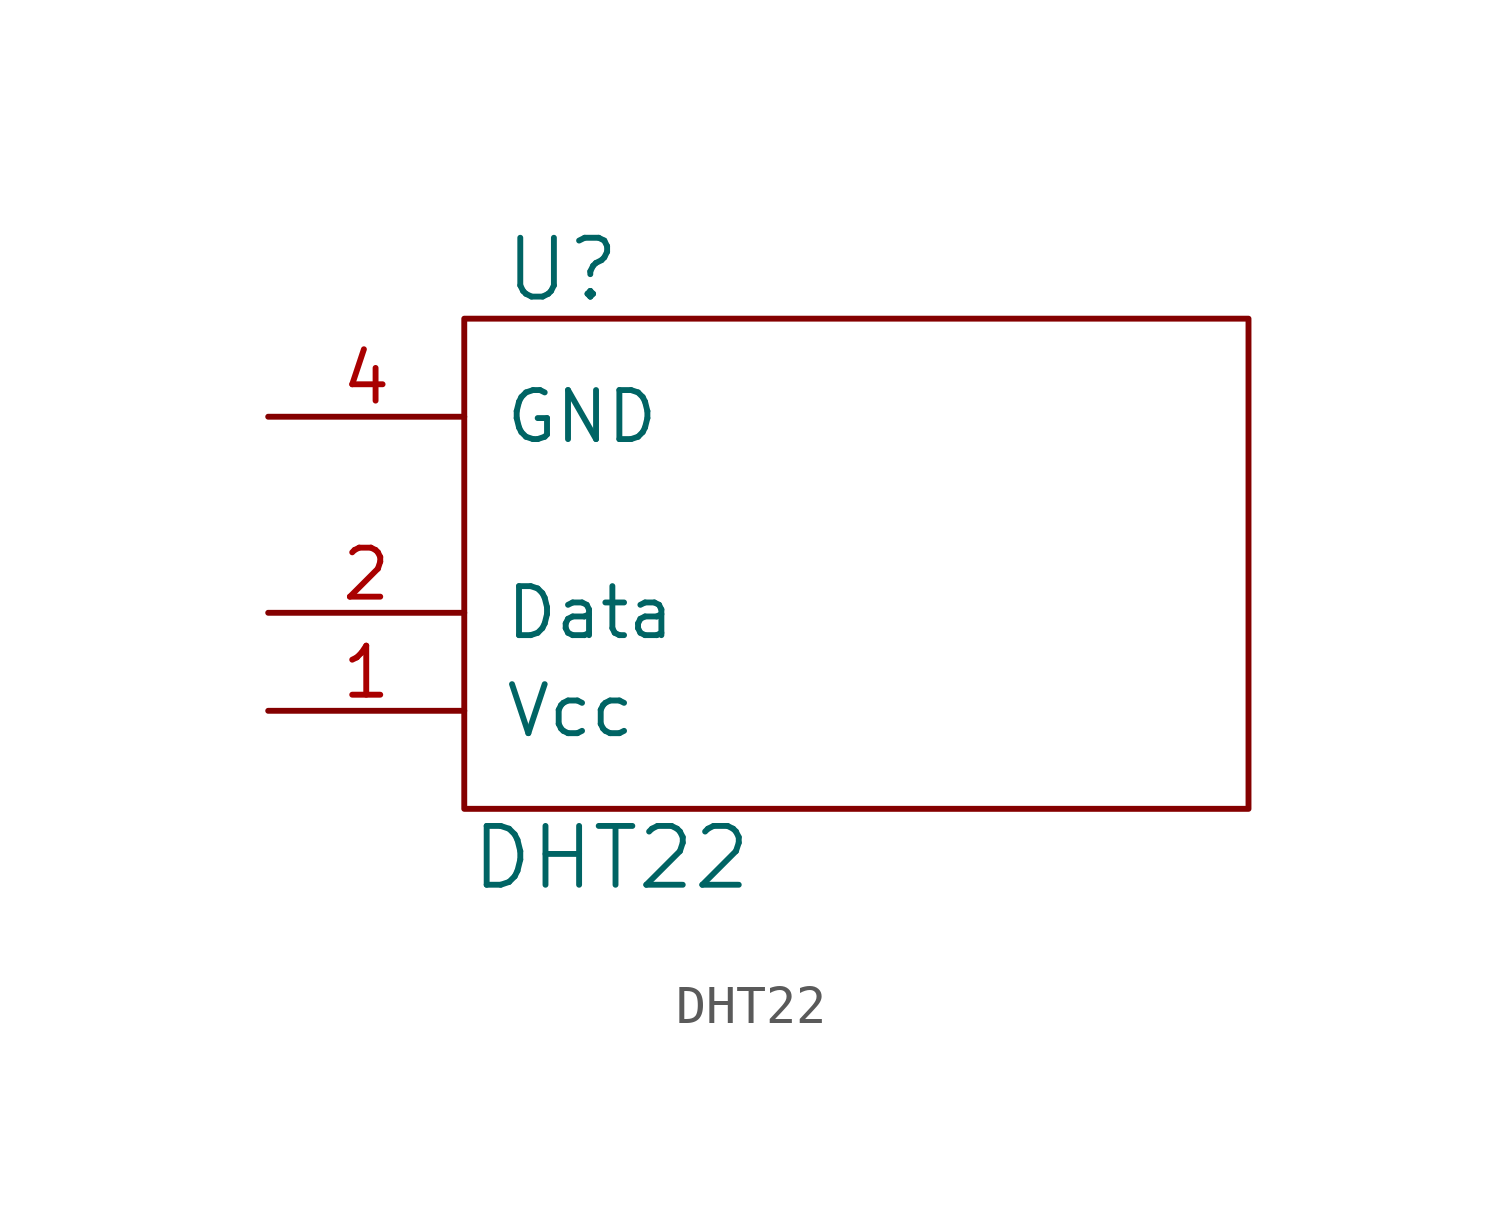
<source format=kicad_sym>
(kicad_symbol_lib
  (version 20220914)
  (generator kicad_symbol_editor)
  (symbol "DHT22"
    (pin_names
      (offset 1.016))
    (property "Reference" "U"
      (at 2.54 13.97 0)
      (effects (font (size 1.524 1.524))))
    (property "Value" "DHT22"
      (at 3.81 -1.27 0)
      (effects (font (size 1.524 1.524))))
    (symbol "DHT22_0_1"
      (rectangle (start 0 12.7) (end 20.32 0) (stroke (width 0) (type solid)) (fill (type none))))
    (symbol "DHT22_1_1"
      (pin input line (at -5.08 2.54 0) (length 5.08) (name "Vcc" (effects (font (size 1.27 1.27)))) (number "1" (effects (font (size 1.27 1.27)))))
      (pin input line (at -5.08 5.08 0) (length 5.08) (name "Data" (effects (font (size 1.27 1.27)))) (number "2" (effects (font (size 1.27 1.27)))))
      (pin no_connect line (at -5.08 7.62 0) (length 5.08) hide (name "NC" (effects (font (size 1.27 1.27)))) (number "3" (effects (font (size 1.27 1.27)))))
      (pin input line (at -5.08 10.16 0) (length 5.08) (name "GND" (effects (font (size 1.27 1.27)))) (number "4" (effects (font (size 1.27 1.27))))))))
</source>
